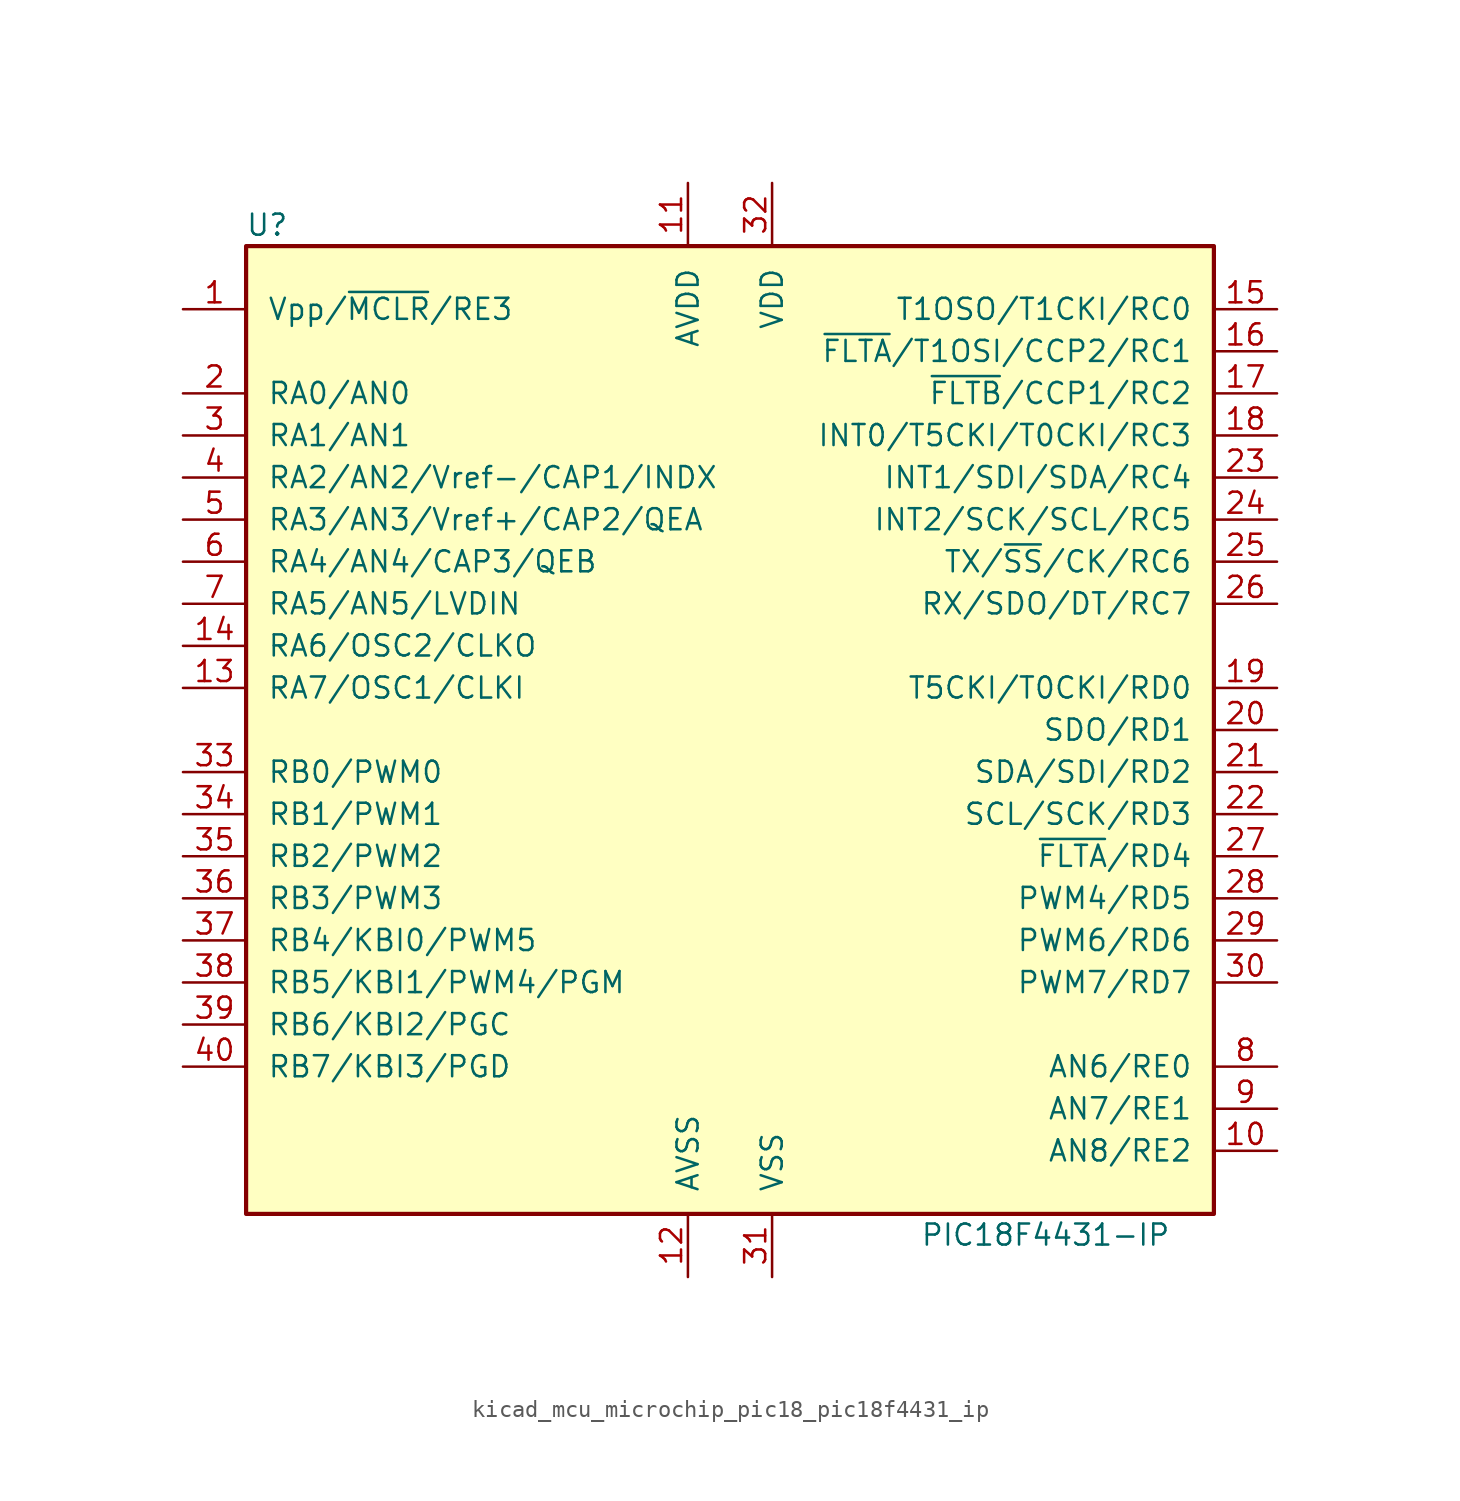
<source format=kicad_sym>
(kicad_symbol_lib
  (version 20220914)
  (generator kicad_symbol_editor)
  (symbol "kicad_mcu_microchip_pic18_pic18f4431_ip"
    (pin_names
      (offset 1.27))
    (property "Reference" "U"
      (at -27.94 30.48 0)
      (effects (font (size 1.27 1.27))))
    (property "Value" "PIC18F4431-IP"
      (at 19.05 -30.48 0)
      (effects (font (size 1.27 1.27))))
    (symbol "kicad_mcu_microchip_pic18_pic18f4431_ip_0_1"
      (rectangle (start -29.21 29.21) (end 29.21 -29.21) (stroke (width 0.254) (type default)) (fill (type background))))
    (symbol "kicad_mcu_microchip_pic18_pic18f4431_ip_1_1"
      (pin input line (at -33.02 25.4 0) (length 3.81) (name "Vpp/~{MCLR}/RE3" (effects (font (size 1.27 1.27)))) (number "1" (effects (font (size 1.27 1.27)))))
      (pin bidirectional line (at 33.02 -25.4 180) (length 3.81) (name "AN8/RE2" (effects (font (size 1.27 1.27)))) (number "10" (effects (font (size 1.27 1.27)))))
      (pin power_in line (at -2.54 33.02 270) (length 3.81) (name "AVDD" (effects (font (size 1.27 1.27)))) (number "11" (effects (font (size 1.27 1.27)))))
      (pin power_in line (at -2.54 -33.02 90) (length 3.81) (name "AVSS" (effects (font (size 1.27 1.27)))) (number "12" (effects (font (size 1.27 1.27)))))
      (pin bidirectional line (at -33.02 2.54 0) (length 3.81) (name "RA7/OSC1/CLKI" (effects (font (size 1.27 1.27)))) (number "13" (effects (font (size 1.27 1.27)))))
      (pin bidirectional line (at -33.02 5.08 0) (length 3.81) (name "RA6/OSC2/CLKO" (effects (font (size 1.27 1.27)))) (number "14" (effects (font (size 1.27 1.27)))))
      (pin bidirectional line (at 33.02 25.4 180) (length 3.81) (name "T1OSO/T1CKI/RC0" (effects (font (size 1.27 1.27)))) (number "15" (effects (font (size 1.27 1.27)))))
      (pin bidirectional line (at 33.02 22.86 180) (length 3.81) (name "~{FLTA}/T1OSI/CCP2/RC1" (effects (font (size 1.27 1.27)))) (number "16" (effects (font (size 1.27 1.27)))))
      (pin bidirectional line (at 33.02 20.32 180) (length 3.81) (name "~{FLTB}/CCP1/RC2" (effects (font (size 1.27 1.27)))) (number "17" (effects (font (size 1.27 1.27)))))
      (pin bidirectional line (at 33.02 17.78 180) (length 3.81) (name "INT0/T5CKI/T0CKI/RC3" (effects (font (size 1.27 1.27)))) (number "18" (effects (font (size 1.27 1.27)))))
      (pin bidirectional line (at 33.02 2.54 180) (length 3.81) (name "T5CKI/T0CKI/RD0" (effects (font (size 1.27 1.27)))) (number "19" (effects (font (size 1.27 1.27)))))
      (pin bidirectional line (at -33.02 20.32 0) (length 3.81) (name "RA0/AN0" (effects (font (size 1.27 1.27)))) (number "2" (effects (font (size 1.27 1.27)))))
      (pin bidirectional line (at 33.02 0 180) (length 3.81) (name "SDO/RD1" (effects (font (size 1.27 1.27)))) (number "20" (effects (font (size 1.27 1.27)))))
      (pin bidirectional line (at 33.02 -2.54 180) (length 3.81) (name "SDA/SDI/RD2" (effects (font (size 1.27 1.27)))) (number "21" (effects (font (size 1.27 1.27)))))
      (pin bidirectional line (at 33.02 -5.08 180) (length 3.81) (name "SCL/SCK/RD3" (effects (font (size 1.27 1.27)))) (number "22" (effects (font (size 1.27 1.27)))))
      (pin bidirectional line (at 33.02 15.24 180) (length 3.81) (name "INT1/SDI/SDA/RC4" (effects (font (size 1.27 1.27)))) (number "23" (effects (font (size 1.27 1.27)))))
      (pin bidirectional line (at 33.02 12.7 180) (length 3.81) (name "INT2/SCK/SCL/RC5" (effects (font (size 1.27 1.27)))) (number "24" (effects (font (size 1.27 1.27)))))
      (pin bidirectional line (at 33.02 10.16 180) (length 3.81) (name "TX/~{SS}/CK/RC6" (effects (font (size 1.27 1.27)))) (number "25" (effects (font (size 1.27 1.27)))))
      (pin bidirectional line (at 33.02 7.62 180) (length 3.81) (name "RX/SDO/DT/RC7" (effects (font (size 1.27 1.27)))) (number "26" (effects (font (size 1.27 1.27)))))
      (pin bidirectional line (at 33.02 -7.62 180) (length 3.81) (name "~{FLTA}/RD4" (effects (font (size 1.27 1.27)))) (number "27" (effects (font (size 1.27 1.27)))))
      (pin bidirectional line (at 33.02 -10.16 180) (length 3.81) (name "PWM4/RD5" (effects (font (size 1.27 1.27)))) (number "28" (effects (font (size 1.27 1.27)))))
      (pin bidirectional line (at 33.02 -12.7 180) (length 3.81) (name "PWM6/RD6" (effects (font (size 1.27 1.27)))) (number "29" (effects (font (size 1.27 1.27)))))
      (pin bidirectional line (at -33.02 17.78 0) (length 3.81) (name "RA1/AN1" (effects (font (size 1.27 1.27)))) (number "3" (effects (font (size 1.27 1.27)))))
      (pin bidirectional line (at 33.02 -15.24 180) (length 3.81) (name "PWM7/RD7" (effects (font (size 1.27 1.27)))) (number "30" (effects (font (size 1.27 1.27)))))
      (pin power_in line (at 2.54 -33.02 90) (length 3.81) (name "VSS" (effects (font (size 1.27 1.27)))) (number "31" (effects (font (size 1.27 1.27)))))
      (pin power_in line (at 2.54 33.02 270) (length 3.81) (name "VDD" (effects (font (size 1.27 1.27)))) (number "32" (effects (font (size 1.27 1.27)))))
      (pin bidirectional line (at -33.02 -2.54 0) (length 3.81) (name "RB0/PWM0" (effects (font (size 1.27 1.27)))) (number "33" (effects (font (size 1.27 1.27)))))
      (pin bidirectional line (at -33.02 -5.08 0) (length 3.81) (name "RB1/PWM1" (effects (font (size 1.27 1.27)))) (number "34" (effects (font (size 1.27 1.27)))))
      (pin bidirectional line (at -33.02 -7.62 0) (length 3.81) (name "RB2/PWM2" (effects (font (size 1.27 1.27)))) (number "35" (effects (font (size 1.27 1.27)))))
      (pin bidirectional line (at -33.02 -10.16 0) (length 3.81) (name "RB3/PWM3" (effects (font (size 1.27 1.27)))) (number "36" (effects (font (size 1.27 1.27)))))
      (pin bidirectional line (at -33.02 -12.7 0) (length 3.81) (name "RB4/KBI0/PWM5" (effects (font (size 1.27 1.27)))) (number "37" (effects (font (size 1.27 1.27)))))
      (pin bidirectional line (at -33.02 -15.24 0) (length 3.81) (name "RB5/KBI1/PWM4/PGM" (effects (font (size 1.27 1.27)))) (number "38" (effects (font (size 1.27 1.27)))))
      (pin bidirectional line (at -33.02 -17.78 0) (length 3.81) (name "RB6/KBI2/PGC" (effects (font (size 1.27 1.27)))) (number "39" (effects (font (size 1.27 1.27)))))
      (pin bidirectional line (at -33.02 15.24 0) (length 3.81) (name "RA2/AN2/Vref-/CAP1/INDX" (effects (font (size 1.27 1.27)))) (number "4" (effects (font (size 1.27 1.27)))))
      (pin bidirectional line (at -33.02 -20.32 0) (length 3.81) (name "RB7/KBI3/PGD" (effects (font (size 1.27 1.27)))) (number "40" (effects (font (size 1.27 1.27)))))
      (pin bidirectional line (at -33.02 12.7 0) (length 3.81) (name "RA3/AN3/Vref+/CAP2/QEA" (effects (font (size 1.27 1.27)))) (number "5" (effects (font (size 1.27 1.27)))))
      (pin bidirectional line (at -33.02 10.16 0) (length 3.81) (name "RA4/AN4/CAP3/QEB" (effects (font (size 1.27 1.27)))) (number "6" (effects (font (size 1.27 1.27)))))
      (pin bidirectional line (at -33.02 7.62 0) (length 3.81) (name "RA5/AN5/LVDIN" (effects (font (size 1.27 1.27)))) (number "7" (effects (font (size 1.27 1.27)))))
      (pin bidirectional line (at 33.02 -20.32 180) (length 3.81) (name "AN6/RE0" (effects (font (size 1.27 1.27)))) (number "8" (effects (font (size 1.27 1.27)))))
      (pin bidirectional line (at 33.02 -22.86 180) (length 3.81) (name "AN7/RE1" (effects (font (size 1.27 1.27)))) (number "9" (effects (font (size 1.27 1.27))))))))
</source>
